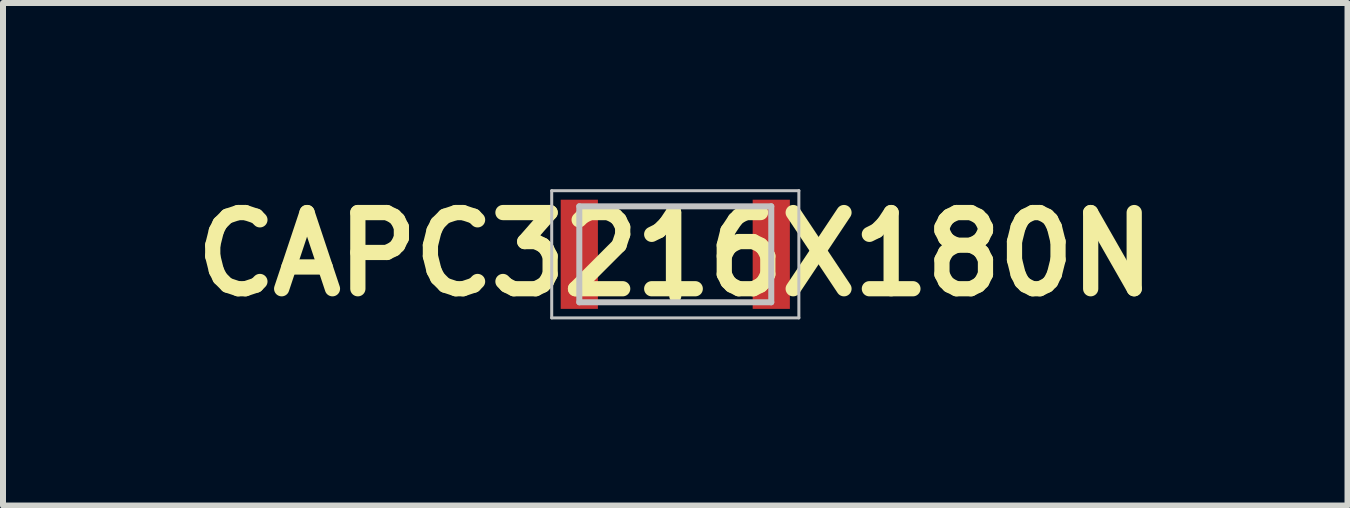
<source format=kicad_pcb>
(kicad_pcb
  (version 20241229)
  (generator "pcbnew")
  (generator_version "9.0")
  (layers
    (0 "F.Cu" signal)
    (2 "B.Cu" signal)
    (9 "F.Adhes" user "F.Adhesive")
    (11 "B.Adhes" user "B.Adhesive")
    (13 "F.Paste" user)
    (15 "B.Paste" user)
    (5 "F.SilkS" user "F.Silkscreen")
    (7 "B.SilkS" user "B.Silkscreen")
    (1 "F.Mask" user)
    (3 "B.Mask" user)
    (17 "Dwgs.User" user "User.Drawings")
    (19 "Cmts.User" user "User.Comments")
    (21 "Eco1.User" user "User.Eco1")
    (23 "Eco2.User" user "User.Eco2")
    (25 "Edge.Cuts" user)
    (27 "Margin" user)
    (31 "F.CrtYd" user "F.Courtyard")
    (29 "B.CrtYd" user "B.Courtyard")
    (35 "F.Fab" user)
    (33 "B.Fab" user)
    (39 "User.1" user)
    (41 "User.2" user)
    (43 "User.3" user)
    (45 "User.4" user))
  (footprint "CAPC3216X180N"
    (layer "F.Cu")
    (at 8.207 1.189)
    (property "Reference" "CAPC3216X180N" (at 0 0 0) (layer "F.SilkS") (effects (font (size 1.27 1.27) (thickness 0.254))))
    (attr smd)
    (fp_line (start 0 -0.7) (end 0 0.7) (stroke (width 0.2) (type solid)) (layer "F.SilkS"))
    (fp_line (start -2.06 -1.06) (end 2.06 -1.06) (stroke (width 0.05) (type solid)) (layer "Dwgs.User"))
    (fp_line (start -2.06 1.06) (end -2.06 -1.06) (stroke (width 0.05) (type solid)) (layer "Dwgs.User"))
    (fp_line (start -1.6 -0.8) (end 1.6 -0.8) (stroke (width 0.1) (type solid)) (layer "Dwgs.User"))
    (fp_line (start -1.6 0.8) (end -1.6 -0.8) (stroke (width 0.1) (type solid)) (layer "Dwgs.User"))
    (fp_line (start 1.6 -0.8) (end 1.6 0.8) (stroke (width 0.1) (type solid)) (layer "Dwgs.User"))
    (fp_line (start 1.6 0.8) (end -1.6 0.8) (stroke (width 0.1) (type solid)) (layer "Dwgs.User"))
    (fp_line (start 2.06 -1.06) (end 2.06 1.06) (stroke (width 0.05) (type solid)) (layer "Dwgs.User"))
    (fp_line (start 2.06 1.06) (end -2.06 1.06) (stroke (width 0.05) (type solid)) (layer "Dwgs.User"))
    (pad "1" smd rect (at -1.6 0) (size 0.62 1.82) (layers "F.Cu" "F.Mask" "F.Paste"))
    (pad "2" smd rect (at 1.6 0) (size 0.62 1.82) (layers "F.Cu" "F.Mask" "F.Paste")))
  (gr_rect
    (start -3 -3)
    (end 19.413 5.377)
    (stroke (width 0.1) (type default))
    (fill no)
    (layer "Edge.Cuts")))
</source>
